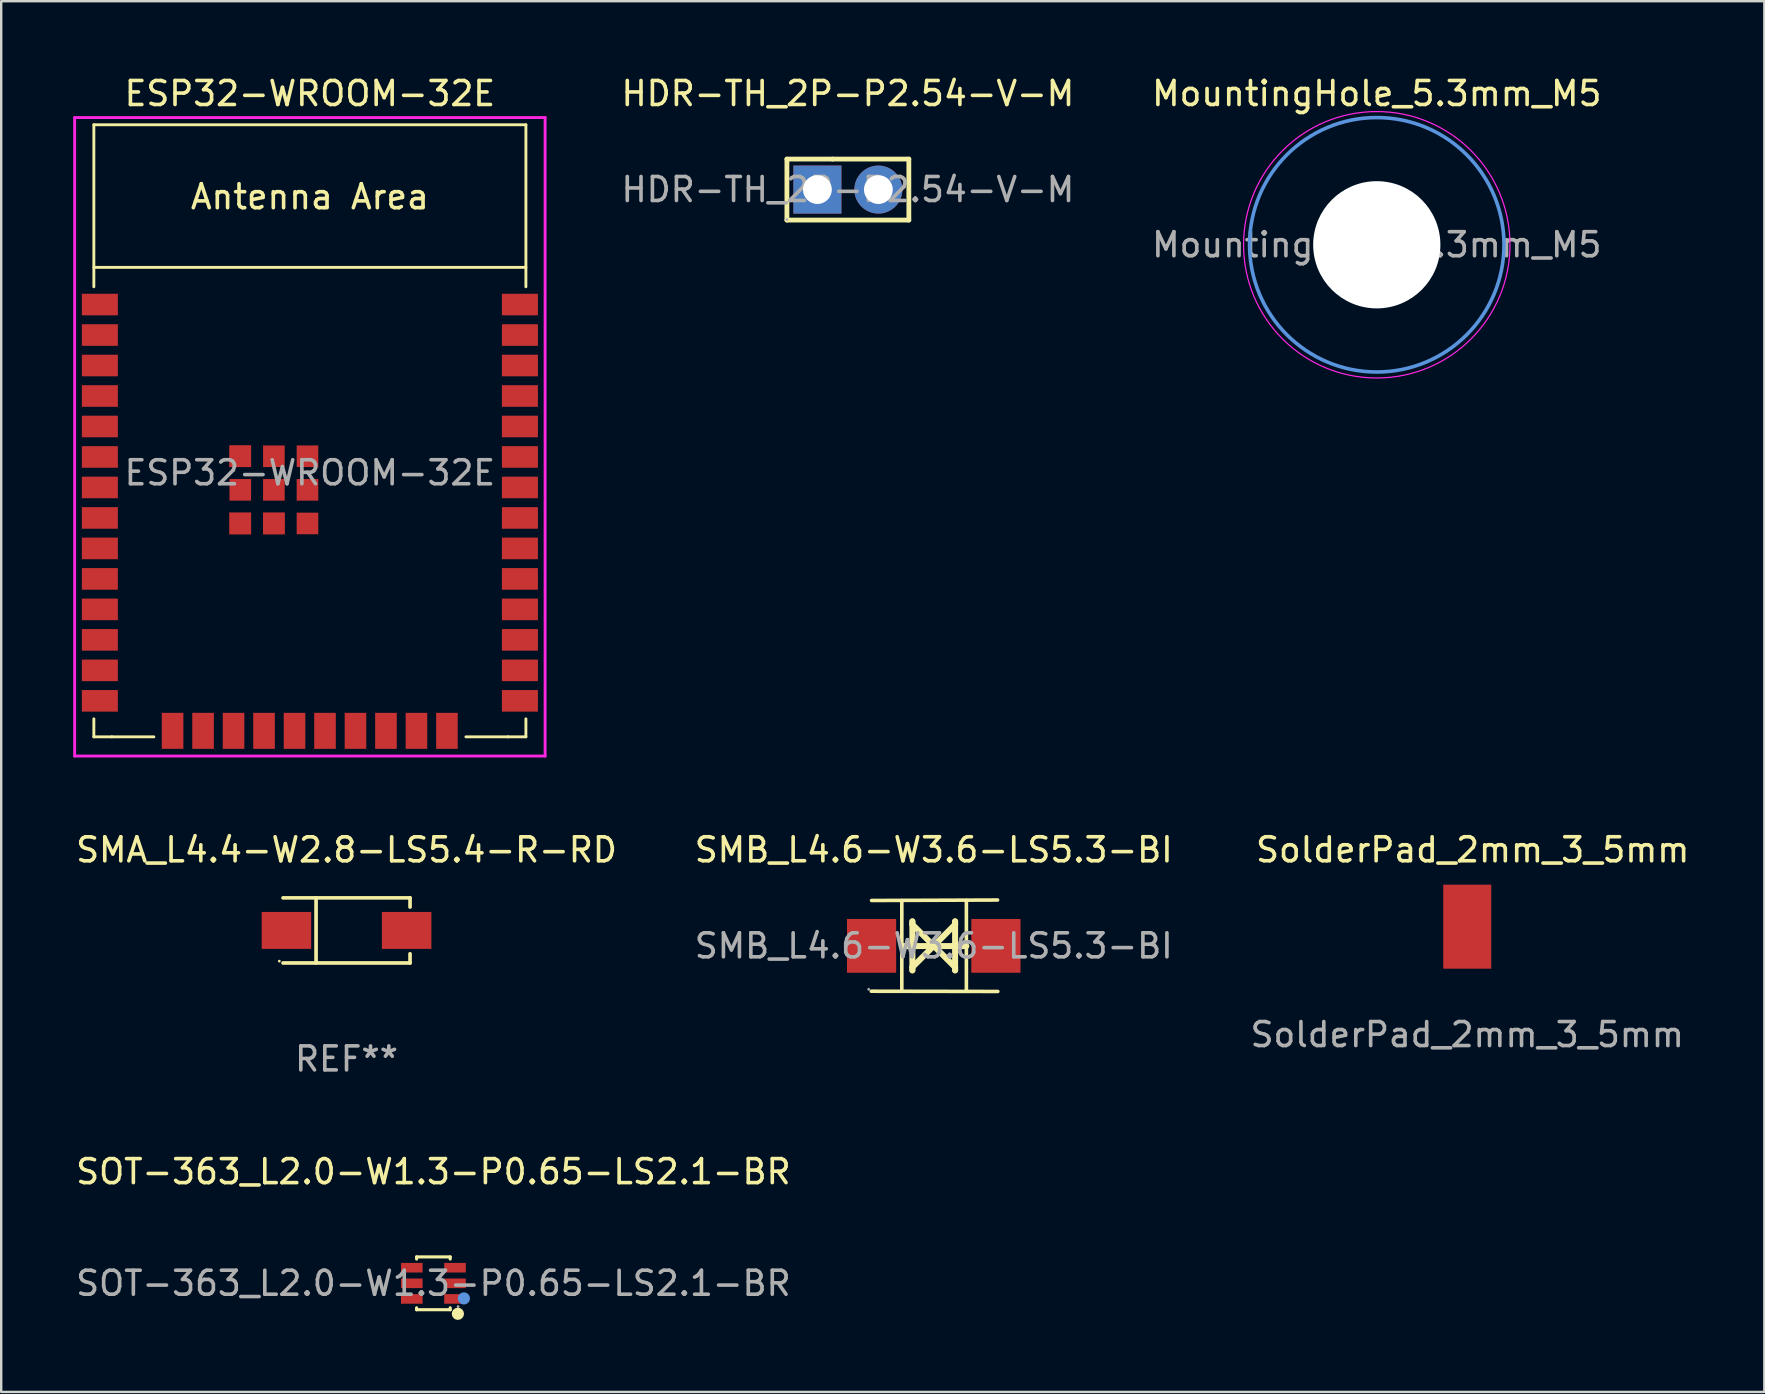
<source format=kicad_pcb>
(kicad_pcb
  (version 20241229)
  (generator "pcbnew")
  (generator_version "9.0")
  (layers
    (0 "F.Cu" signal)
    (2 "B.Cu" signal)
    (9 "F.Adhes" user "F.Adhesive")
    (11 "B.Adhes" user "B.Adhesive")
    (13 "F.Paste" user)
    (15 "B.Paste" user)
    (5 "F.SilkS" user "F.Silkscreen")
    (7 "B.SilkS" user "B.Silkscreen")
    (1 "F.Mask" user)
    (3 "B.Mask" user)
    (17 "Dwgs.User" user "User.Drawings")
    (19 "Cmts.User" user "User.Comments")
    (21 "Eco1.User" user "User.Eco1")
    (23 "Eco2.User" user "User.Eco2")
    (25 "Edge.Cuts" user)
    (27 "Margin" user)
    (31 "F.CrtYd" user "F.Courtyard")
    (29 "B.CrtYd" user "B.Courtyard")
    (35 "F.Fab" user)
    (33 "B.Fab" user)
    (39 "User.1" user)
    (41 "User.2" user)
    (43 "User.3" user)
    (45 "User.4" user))
  (footprint "SMA_L4.4-W2.8-LS5.4-R-RD"
    (layer "F.Cu")
    (at 11.387 35.713)
    (property "Reference" "SMA_L4.4-W2.8-LS5.4-R-RD" (at 0 -3.356 0) (layer "F.SilkS") (effects (font (size 1 1) (thickness 0.15))))
    (attr smd)
    (fp_line (start -2.646 -1.356) (end 2.646 -1.356) (stroke (width 0.152) (type solid)) (layer "F.SilkS"))
    (fp_line (start -2.646 1.356) (end 2.646 1.356) (stroke (width 0.152) (type solid)) (layer "F.SilkS"))
    (fp_line (start -1.269 -1.356) (end -1.269 1.356) (stroke (width 0.152) (type solid)) (layer "F.SilkS"))
    (fp_line (start 2.646 -1.356) (end 2.646 -0.973) (stroke (width 0.152) (type solid)) (layer "F.SilkS"))
    (fp_line (start 2.646 1.356) (end 2.646 0.973) (stroke (width 0.152) (type solid)) (layer "F.SilkS"))
    (fp_circle (center -2.8 1.28) (end -2.77 1.28) (stroke (width 0.06) (type solid)) (fill no) (layer "F.SilkS"))
    (fp_text user "REF**" (at 0 5.356 0) (layer "F.Fab") (effects (font (size 1 1) (thickness 0.15))))
    (pad "1" smd rect (at 2.504 0) (size 2.063 1.539) (layers "F.Cu" "F.Mask" "F.Paste"))
    (pad "2" smd rect (at -2.504 0) (size 2.063 1.539) (layers "F.Cu" "F.Mask" "F.Paste")))
  (footprint "HDR-TH_2P-P2.54-V-M"
    (layer "F.Cu")
    (at 32.274 4.848)
    (property "Reference" "HDR-TH_2P-P2.54-V-M" (at 0 -4 0) (layer "F.SilkS") (effects (font (size 1 1) (thickness 0.15))))
    (attr through_hole)
    (fp_line (start -2.54 -1.27) (end -0.64 -1.27) (stroke (width 0.2) (type solid)) (layer "F.SilkS"))
    (fp_line (start -2.54 1.27) (end -2.54 -1.27) (stroke (width 0.2) (type solid)) (layer "F.SilkS"))
    (fp_line (start 2.54 -1.27) (end -0.64 -1.27) (stroke (width 0.2) (type solid)) (layer "F.SilkS"))
    (fp_line (start 2.54 -1.27) (end 2.54 1.27) (stroke (width 0.2) (type solid)) (layer "F.SilkS"))
    (fp_line (start 2.54 1.27) (end -2.54 1.27) (stroke (width 0.2) (type solid)) (layer "F.SilkS"))
    (fp_circle (center -2.54 1.25) (end -2.51 1.25) (stroke (width 0.06) (type solid)) (fill no) (layer "F.Fab"))
    (fp_text user "${REFERENCE}" (at 0 0 0) (layer "F.Fab") (effects (font (size 1 1) (thickness 0.15))))
    (pad "1" thru_hole rect (at -1.27 0) (size 2 2) (drill 1.2) (layers "*.Cu" "*.Mask"))
    (pad "2" thru_hole circle (at 1.27 0) (size 2 2) (drill 1.2) (layers "*.Cu" "*.Mask")))
  (footprint "SMB_L4.6-W3.6-LS5.3-BI"
    (layer "F.Cu")
    (at 35.851 36.356)
    (property "Reference" "SMB_L4.6-W3.6-LS5.3-BI" (at 0 -4 0) (layer "F.SilkS") (effects (font (size 1 1) (thickness 0.15))))
    (attr smd)
    (fp_line (start -1.33 0.01) (end 1.36 0.01) (stroke (width 0.25) (type solid)) (layer "F.SilkS"))
    (fp_line (start -1.33 1.89) (end -1.33 -1.89) (stroke (width 0.15) (type solid)) (layer "F.SilkS"))
    (fp_line (start -0.89 -1.02) (end -0.89 1.02) (stroke (width 0.25) (type solid)) (layer "F.SilkS"))
    (fp_line (start -0.89 -0.89) (end -0.89 -1.02) (stroke (width 0.25) (type solid)) (layer "F.SilkS"))
    (fp_line (start -0.89 0.89) (end 0 0) (stroke (width 0.25) (type solid)) (layer "F.SilkS"))
    (fp_line (start -0.89 1.02) (end -0.89 0.89) (stroke (width 0.25) (type solid)) (layer "F.SilkS"))
    (fp_line (start 0 0) (end -0.89 -0.89) (stroke (width 0.25) (type solid)) (layer "F.SilkS"))
    (fp_line (start 0 0) (end 0.89 0.89) (stroke (width 0.25) (type solid)) (layer "F.SilkS"))
    (fp_line (start 0.89 -1.02) (end 0.89 -0.89) (stroke (width 0.25) (type solid)) (layer "F.SilkS"))
    (fp_line (start 0.89 -0.89) (end 0 0) (stroke (width 0.25) (type solid)) (layer "F.SilkS"))
    (fp_line (start 0.89 0.89) (end 0.89 1.02) (stroke (width 0.25) (type solid)) (layer "F.SilkS"))
    (fp_line (start 0.89 1.02) (end 0.89 -1.02) (stroke (width 0.25) (type solid)) (layer "F.SilkS"))
    (fp_line (start 1.36 1.89) (end 1.36 -1.89) (stroke (width 0.15) (type solid)) (layer "F.SilkS"))
    (fp_line (start 2.66 -1.91) (end -2.59 -1.89) (stroke (width 0.15) (type solid)) (layer "F.SilkS"))
    (fp_line (start 2.67 1.9) (end -2.6 1.89) (stroke (width 0.15) (type solid)) (layer "F.SilkS"))
    (fp_circle (center -2.71 1.81) (end -2.68 1.81) (stroke (width 0.06) (type solid)) (fill no) (layer "F.Fab"))
    (fp_text user "${REFERENCE}" (at 0 0 0) (layer "F.Fab") (effects (font (size 1 1) (thickness 0.15))))
    (pad "1" smd rect (at -2.59 0) (size 2.05 2.24) (layers "F.Cu" "F.Mask" "F.Paste"))
    (pad "2" smd rect (at 2.59 0) (size 2.05 2.24) (layers "F.Cu" "F.Mask" "F.Paste")))
  (footprint "MountingHole_5.3mm_M5"
    (layer "F.Cu")
    (at 54.309 7.148)
    (property "Reference" "MountingHole_5.3mm_M5" (at 0 -6.3 0) (layer "F.SilkS") (effects (font (size 1 1) (thickness 0.15))))
    (attr exclude_from_pos_files exclude_from_bom)
    (fp_circle (center 0 0) (end 5.3 0) (stroke (width 0.15) (type solid)) (fill no) (layer "Cmts.User"))
    (fp_circle (center 0 0) (end 5.55 0) (stroke (width 0.05) (type solid)) (fill no) (layer "F.CrtYd"))
    (fp_text user "${REFERENCE}" (at 0 0 0) (layer "F.Fab") (effects (font (size 1 1) (thickness 0.15))))
    (pad "" np_thru_hole circle (at 0 0) (size 5.3 5.3) (drill 5.3) (layers "*.Cu" "*.Mask")))
  (footprint "ESP32-WROOM-32E"
    (layer "F.Cu")
    (at 9.86 16.648)
    (property "Reference" "ESP32-WROOM-32E" (at 0 -15.8 0) (layer "F.SilkS") (effects (font (size 1 1) (thickness 0.15))))
    (attr smd)
    (fp_line (start -9 -14.5) (end -9 -7.75) (stroke (width 0.12) (type solid)) (layer "F.SilkS"))
    (fp_line (start -9 -14.5) (end 9 -14.5) (stroke (width 0.12) (type solid)) (layer "F.SilkS"))
    (fp_line (start -9 10.25) (end -9 11) (stroke (width 0.12) (type solid)) (layer "F.SilkS"))
    (fp_line (start -9 11) (end -8.25 11) (stroke (width 0.12) (type solid)) (layer "F.SilkS"))
    (fp_line (start -8.25 11) (end -6.5 11) (stroke (width 0.12) (type solid)) (layer "F.SilkS"))
    (fp_line (start 8.25 11) (end 6.5 11) (stroke (width 0.12) (type solid)) (layer "F.SilkS"))
    (fp_line (start 9 -14.5) (end 9 -7.75) (stroke (width 0.12) (type solid)) (layer "F.SilkS"))
    (fp_line (start 9 -8.56) (end -9 -8.56) (stroke (width 0.12) (type solid)) (layer "F.SilkS"))
    (fp_line (start 9 10.25) (end 9 11) (stroke (width 0.12) (type solid)) (layer "F.SilkS"))
    (fp_line (start 9 11) (end 8.25 11) (stroke (width 0.12) (type solid)) (layer "F.SilkS"))
    (fp_line (start -9 -14.5) (end 9 -14.5) (stroke (width 0.12) (type solid)) (layer "Eco2.User"))
    (fp_line (start -9 -8.56) (end 9 -8.56) (stroke (width 0.12) (type solid)) (layer "Eco2.User"))
    (fp_line (start -9 11) (end -9 -14.5) (stroke (width 0.12) (type solid)) (layer "Eco2.User"))
    (fp_line (start 9 -14.5) (end 9 11) (stroke (width 0.12) (type solid)) (layer "Eco2.User"))
    (fp_line (start 9 11) (end -9 11) (stroke (width 0.12) (type solid)) (layer "Eco2.User"))
    (fp_line (start -9.8 -14.8) (end -9.8 11.8) (stroke (width 0.12) (type solid)) (layer "F.CrtYd"))
    (fp_line (start -9.8 11.8) (end 9.8 11.8) (stroke (width 0.12) (type solid)) (layer "F.CrtYd"))
    (fp_line (start 9.8 -14.8) (end -9.8 -14.8) (stroke (width 0.12) (type solid)) (layer "F.CrtYd"))
    (fp_line (start 9.8 -14.8) (end 9.8 11.8) (stroke (width 0.12) (type solid)) (layer "F.CrtYd"))
    (fp_text user "Antenna Area" (at 0 -11.5 0) (layer "F.SilkS") (effects (font (size 1 1) (thickness 0.15))))
    (fp_text user "Antenna Area" (at 0 -11.5 0) (layer "Eco2.User") (effects (font (size 1 1) (thickness 0.15))))
    (fp_text user "${REFERENCE}" (at 0 0 0) (layer "F.Fab") (effects (font (size 1 1) (thickness 0.15))))
    (pad "1" smd rect (at -8.75 -7.01) (size 1.5 0.9) (layers "F.Cu" "F.Mask" "F.Paste"))
    (pad "2" smd rect (at -8.75 -5.74) (size 1.5 0.9) (layers "F.Cu" "F.Mask" "F.Paste"))
    (pad "3" smd rect (at -8.75 -4.47) (size 1.5 0.9) (layers "F.Cu" "F.Mask" "F.Paste"))
    (pad "4" smd rect (at -8.75 -3.2) (size 1.5 0.9) (layers "F.Cu" "F.Mask" "F.Paste"))
    (pad "5" smd rect (at -8.75 -1.93) (size 1.5 0.9) (layers "F.Cu" "F.Mask" "F.Paste"))
    (pad "6" smd rect (at -8.75 -0.66) (size 1.5 0.9) (layers "F.Cu" "F.Mask" "F.Paste"))
    (pad "7" smd rect (at -8.75 0.61) (size 1.5 0.9) (layers "F.Cu" "F.Mask" "F.Paste"))
    (pad "8" smd rect (at -8.75 1.88) (size 1.5 0.9) (layers "F.Cu" "F.Mask" "F.Paste"))
    (pad "9" smd rect (at -8.75 3.15) (size 1.5 0.9) (layers "F.Cu" "F.Mask" "F.Paste"))
    (pad "10" smd rect (at -8.75 4.42) (size 1.5 0.9) (layers "F.Cu" "F.Mask" "F.Paste"))
    (pad "11" smd rect (at -8.75 5.69) (size 1.5 0.9) (layers "F.Cu" "F.Mask" "F.Paste"))
    (pad "12" smd rect (at -8.75 6.96) (size 1.5 0.9) (layers "F.Cu" "F.Mask" "F.Paste"))
    (pad "13" smd rect (at -8.75 8.23) (size 1.5 0.9) (layers "F.Cu" "F.Mask" "F.Paste"))
    (pad "14" smd rect (at -8.75 9.5) (size 1.5 0.9) (layers "F.Cu" "F.Mask" "F.Paste"))
    (pad "15" smd rect (at -5.72 10.75 90) (size 1.5 0.9) (layers "F.Cu" "F.Mask" "F.Paste"))
    (pad "16" smd rect (at -4.45 10.75 90) (size 1.5 0.9) (layers "F.Cu" "F.Mask" "F.Paste"))
    (pad "17" smd rect (at -3.18 10.75 90) (size 1.5 0.9) (layers "F.Cu" "F.Mask" "F.Paste"))
    (pad "18" smd rect (at -1.91 10.75 90) (size 1.5 0.9) (layers "F.Cu" "F.Mask" "F.Paste"))
    (pad "19" smd rect (at -0.64 10.75 90) (size 1.5 0.9) (layers "F.Cu" "F.Mask" "F.Paste"))
    (pad "20" smd rect (at 0.63 10.75 90) (size 1.5 0.9) (layers "F.Cu" "F.Mask" "F.Paste"))
    (pad "21" smd rect (at 1.9 10.75 90) (size 1.5 0.9) (layers "F.Cu" "F.Mask" "F.Paste"))
    (pad "22" smd rect (at 3.17 10.75 90) (size 1.5 0.9) (layers "F.Cu" "F.Mask" "F.Paste"))
    (pad "23" smd rect (at 4.44 10.75 90) (size 1.5 0.9) (layers "F.Cu" "F.Mask" "F.Paste"))
    (pad "24" smd rect (at 5.71 10.75 90) (size 1.5 0.9) (layers "F.Cu" "F.Mask" "F.Paste"))
    (pad "25" smd rect (at 8.75 9.5 180) (size 1.5 0.9) (layers "F.Cu" "F.Mask" "F.Paste"))
    (pad "26" smd rect (at 8.75 8.23 180) (size 1.5 0.9) (layers "F.Cu" "F.Mask" "F.Paste"))
    (pad "27" smd rect (at 8.75 6.96 180) (size 1.5 0.9) (layers "F.Cu" "F.Mask" "F.Paste"))
    (pad "28" smd rect (at 8.75 5.69 180) (size 1.5 0.9) (layers "F.Cu" "F.Mask" "F.Paste"))
    (pad "29" smd rect (at 8.75 4.42 180) (size 1.5 0.9) (layers "F.Cu" "F.Mask" "F.Paste"))
    (pad "30" smd rect (at 8.75 3.15 180) (size 1.5 0.9) (layers "F.Cu" "F.Mask" "F.Paste"))
    (pad "31" smd rect (at 8.75 1.88 180) (size 1.5 0.9) (layers "F.Cu" "F.Mask" "F.Paste"))
    (pad "32" smd rect (at 8.75 0.61 180) (size 1.5 0.9) (layers "F.Cu" "F.Mask" "F.Paste"))
    (pad "33" smd rect (at 8.75 -0.66 180) (size 1.5 0.9) (layers "F.Cu" "F.Mask" "F.Paste"))
    (pad "34" smd rect (at 8.75 -1.93 180) (size 1.5 0.9) (layers "F.Cu" "F.Mask" "F.Paste"))
    (pad "35" smd rect (at 8.75 -3.2 180) (size 1.5 0.9) (layers "F.Cu" "F.Mask" "F.Paste"))
    (pad "36" smd rect (at 8.75 -4.47 180) (size 1.5 0.9) (layers "F.Cu" "F.Mask" "F.Paste"))
    (pad "37" smd rect (at 8.75 -5.74 180) (size 1.5 0.9) (layers "F.Cu" "F.Mask" "F.Paste"))
    (pad "38" smd rect (at 8.75 -7.01 180) (size 1.5 0.9) (layers "F.Cu" "F.Mask" "F.Paste"))
    (pad "39" smd rect (at -2.9 -0.69 180) (size 0.9 0.9) (layers "F.Cu" "F.Mask" "F.Paste"))
    (pad "39" smd rect (at -2.9 -0.69 180) (size 0.9 0.9) (layers "F.Cu" "F.Mask" "F.Paste"))
    (pad "39" smd rect (at -2.9 0.71 180) (size 0.9 0.9) (layers "F.Cu" "F.Mask" "F.Paste"))
    (pad "39" smd rect (at -2.9 2.11 180) (size 0.9 0.9) (layers "F.Cu" "F.Mask" "F.Paste"))
    (pad "39" smd rect (at -2.9 2.11 180) (size 0.9 0.9) (layers "F.Cu" "F.Mask" "F.Paste"))
    (pad "39" smd rect (at -1.5 -0.69 180) (size 0.9 0.9) (layers "F.Cu" "F.Mask" "F.Paste"))
    (pad "39" smd rect (at -1.5 0.71 180) (size 0.9 0.9) (layers "F.Cu" "F.Mask" "F.Paste"))
    (pad "39" smd rect (at -1.5 2.11 180) (size 0.9 0.9) (layers "F.Cu" "F.Mask" "F.Paste"))
    (pad "39" smd rect (at -1.5 2.11 180) (size 0.9 0.9) (layers "F.Cu" "F.Mask" "F.Paste"))
    (pad "39" smd rect (at -0.1 -0.69 180) (size 0.9 0.9) (layers "F.Cu" "F.Mask" "F.Paste"))
    (pad "39" smd rect (at -0.1 0.71 180) (size 0.9 0.9) (layers "F.Cu" "F.Mask" "F.Paste"))
    (pad "39" smd rect (at -0.1 2.11 180) (size 0.9 0.9) (layers "F.Cu" "F.Mask" "F.Paste"))
    (zone (net_name "") (layers "F.Cu" "B.Cu") (name "antenna keepout") (hatch edge 0.508) (connect_pads) (min_thickness 0.254) (filled_areas_thickness no) (keepout (tracks not_allowed) (vias not_allowed) (pads not_allowed) (copperpour not_allowed) (footprints not_allowed)) (placement (enabled no)) (fill) (polygon (pts (xy 18.86 8.098) (xy 0.86 8.098) (xy 0.86 2.148) (xy 18.86 2.148)))))
  (footprint "SOT-363_L2.0-W1.3-P0.65-LS2.1-BR"
    (layer "F.Cu")
    (at 15.006 50.415)
    (property "Reference" "SOT-363_L2.0-W1.3-P0.65-LS2.1-BR" (at 0 -4.65 0) (layer "F.SilkS") (effects (font (size 1 1) (thickness 0.15))))
    (attr smd)
    (fp_line (start -0.7 -1.01) (end -0.7 -1.1) (stroke (width 0.13) (type solid)) (layer "F.SilkS"))
    (fp_line (start -0.7 1.1) (end -0.7 1.02) (stroke (width 0.13) (type solid)) (layer "F.SilkS"))
    (fp_line (start 0.7 -1.1) (end -0.7 -1.1) (stroke (width 0.13) (type solid)) (layer "F.SilkS"))
    (fp_line (start 0.7 -1.01) (end 0.7 -1.1) (stroke (width 0.13) (type solid)) (layer "F.SilkS"))
    (fp_line (start 0.7 1.1) (end -0.7 1.1) (stroke (width 0.13) (type solid)) (layer "F.SilkS"))
    (fp_line (start 0.7 1.1) (end 0.7 1.02) (stroke (width 0.13) (type solid)) (layer "F.SilkS"))
    (fp_circle (center 1.02 1.27) (end 1.15 1.27) (stroke (width 0.25) (type solid)) (fill no) (layer "F.SilkS"))
    (fp_circle (center 1.27 0.63) (end 1.4 0.63) (stroke (width 0.25) (type solid)) (fill no) (layer "Cmts.User"))
    (fp_circle (center 1.03 0.97) (end 1.06 0.97) (stroke (width 0.06) (type solid)) (fill no) (layer "F.Fab"))
    (fp_text user "${REFERENCE}" (at 0 0 0) (layer "F.Fab") (effects (font (size 1 1) (thickness 0.15))))
    (pad "1" smd rect (at 0.9 0.65 90) (size 0.4 0.9) (layers "F.Cu" "F.Mask" "F.Paste"))
    (pad "2" smd rect (at 0.9 0 90) (size 0.4 0.9) (layers "F.Cu" "F.Mask" "F.Paste"))
    (pad "3" smd rect (at 0.9 -0.65 90) (size 0.4 0.9) (layers "F.Cu" "F.Mask" "F.Paste"))
    (pad "4" smd rect (at -0.9 -0.65 90) (size 0.4 0.9) (layers "F.Cu" "F.Mask" "F.Paste"))
    (pad "5" smd rect (at -0.9 0 90) (size 0.4 0.9) (layers "F.Cu" "F.Mask" "F.Paste"))
    (pad "6" smd rect (at -0.9 0.65 90) (size 0.4 0.9) (layers "F.Cu" "F.Mask" "F.Paste")))
  (footprint "SolderPad_2mm_3_5mm"
    (layer "F.Cu")
    (at 58.154 35.506)
    (property "Reference" "SolderPad_2mm_3_5mm" (at 0.152 -3.15 0) (unlocked yes) (layer "F.SilkS") (effects (font (size 1 1) (thickness 0.15))))
    (attr exclude_from_pos_files)
    (fp_text user "${REFERENCE}" (at -0.076 4.548 0) (unlocked yes) (layer "F.Fab") (effects (font (size 1 1) (thickness 0.15))))
    (pad "1" smd rect (at -0.076 0.051) (size 2 3.5) (layers "F.Cu" "F.Mask")))
  (gr_rect
    (start -3 -3)
    (end 70.455 54.94)
    (stroke (width 0.1) (type default))
    (fill no)
    (layer "Edge.Cuts")))
</source>
